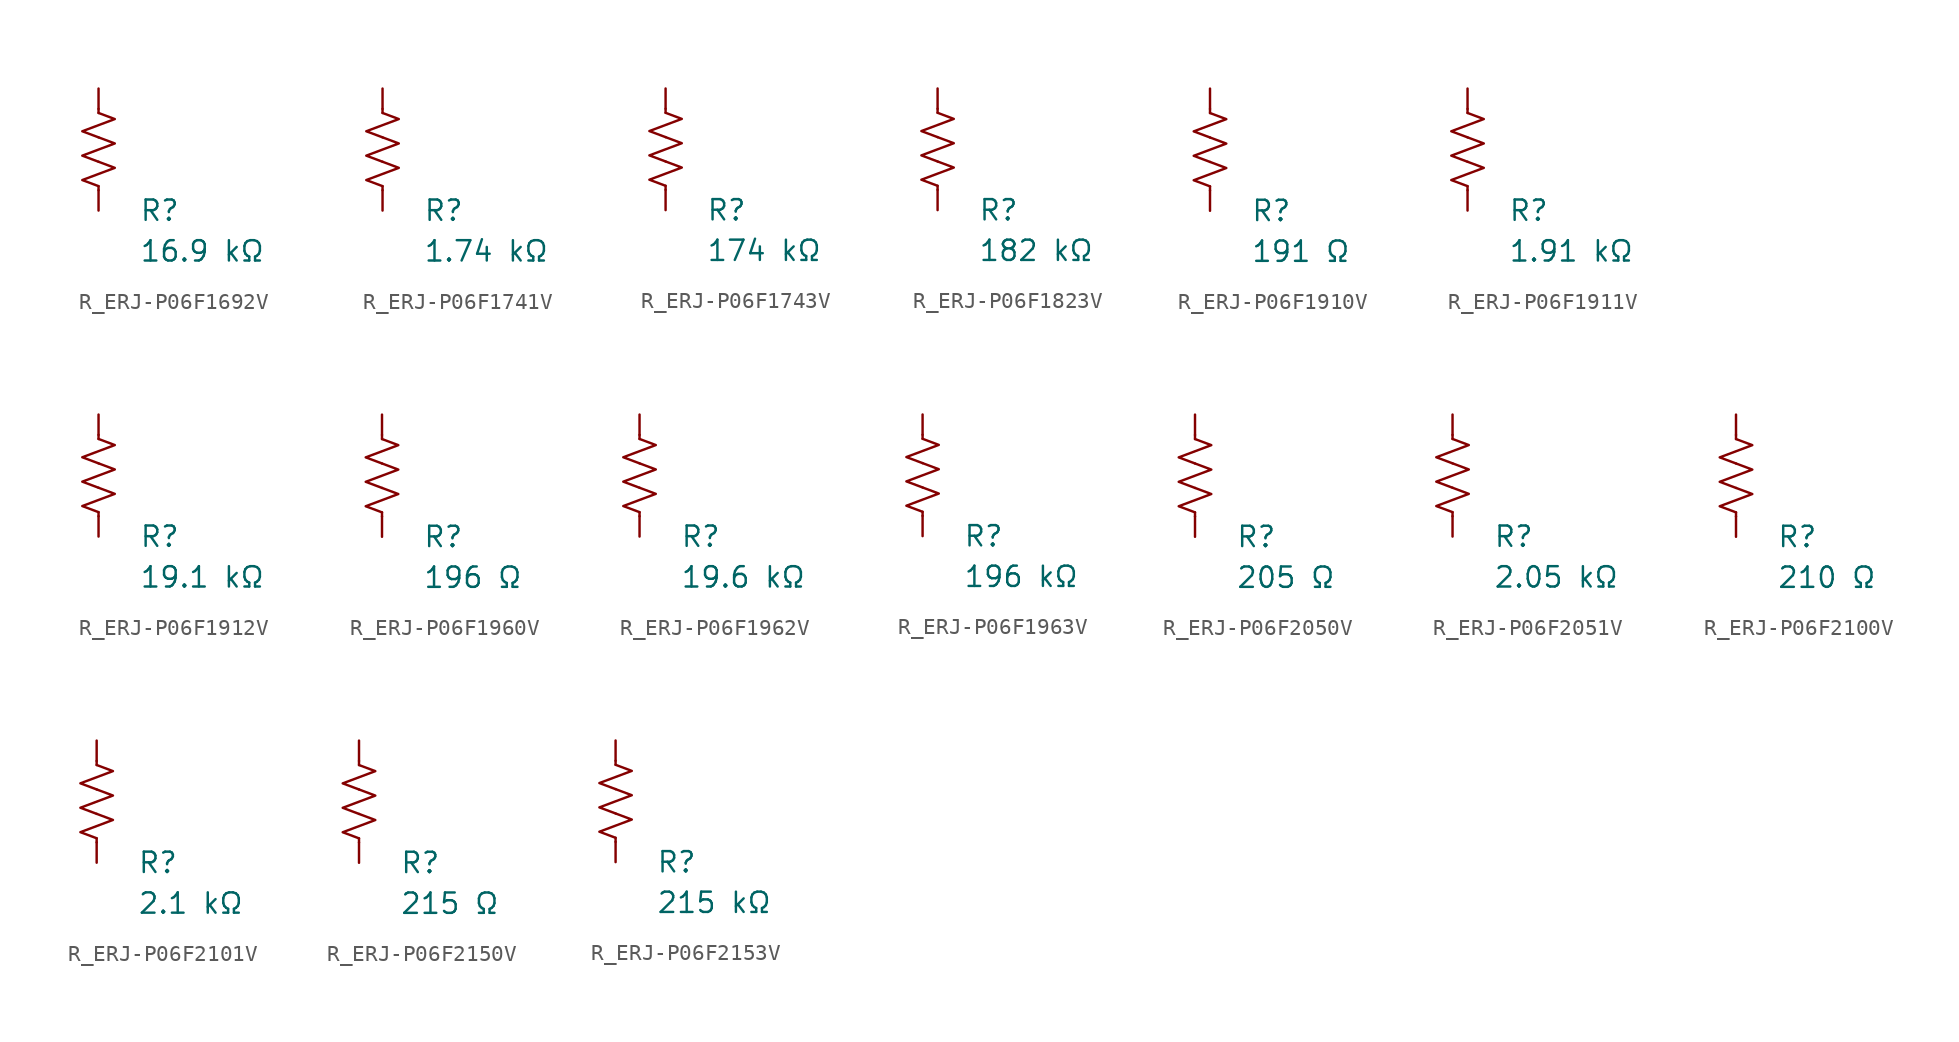
<source format=kicad_sym>
(kicad_symbol_lib
  (version 20231120)
  (generator "kicad_symbol_editor")
  (generator_version "8.0")
  (symbol "R_ERJ-P06F1692V"
    (pin_numbers hide)
    (pin_names
      (offset 0))
    (property "Reference" "R"
      (at 2.54 -3.81 0)
      (effects (font (size 1.27 1.27)) (justify left))
      (show_name no))
    (property "Value" "16.9 kΩ"
      (at 2.54 -6.35 0)
      (effects (font (size 1.27 1.27)) (justify left))
      (show_name no))
    (symbol "R_ERJ-P06F1692V_0_1"
      (polyline (pts (xy 0 -2.286) (xy 0 -2.54)) (stroke (width 0) (type default)) (fill (type none)))
      (polyline (pts (xy 0 2.286) (xy 0 2.54)) (stroke (width 0) (type default)) (fill (type none)))
      (polyline (pts (xy 0 -0.762) (xy 1.016 -1.143) (xy 0 -1.524) (xy -1.016 -1.905) (xy 0 -2.286)) (stroke (width 0) (type default)) (fill (type none)))
      (polyline (pts (xy 0 0.762) (xy 1.016 0.381) (xy 0 0) (xy -1.016 -0.381) (xy 0 -0.762)) (stroke (width 0) (type default)) (fill (type none)))
      (polyline (pts (xy 0 2.286) (xy 1.016 1.905) (xy 0 1.524) (xy -1.016 1.143) (xy 0 0.762)) (stroke (width 0) (type default)) (fill (type none))))
    (symbol "R_ERJ-P06F1692V_1_1"
      (pin passive line (at 0 3.81 270) (length 1.27) (name "~" (effects (font (size 1.27 1.27)))) (number "1" (effects (font (size 1.27 1.27)))))
      (pin passive line (at 0 -3.81 90) (length 1.27) (name "~" (effects (font (size 1.27 1.27)))) (number "2" (effects (font (size 1.27 1.27)))))))
  (symbol "R_ERJ-P06F1741V"
    (pin_numbers hide)
    (pin_names
      (offset 0))
    (property "Reference" "R"
      (at 2.54 -3.81 0)
      (effects (font (size 1.27 1.27)) (justify left))
      (show_name no))
    (property "Value" "1.74 kΩ"
      (at 2.54 -6.35 0)
      (effects (font (size 1.27 1.27)) (justify left))
      (show_name no))
    (symbol "R_ERJ-P06F1741V_0_1"
      (polyline (pts (xy 0 -2.286) (xy 0 -2.54)) (stroke (width 0) (type default)) (fill (type none)))
      (polyline (pts (xy 0 2.286) (xy 0 2.54)) (stroke (width 0) (type default)) (fill (type none)))
      (polyline (pts (xy 0 -0.762) (xy 1.016 -1.143) (xy 0 -1.524) (xy -1.016 -1.905) (xy 0 -2.286)) (stroke (width 0) (type default)) (fill (type none)))
      (polyline (pts (xy 0 0.762) (xy 1.016 0.381) (xy 0 0) (xy -1.016 -0.381) (xy 0 -0.762)) (stroke (width 0) (type default)) (fill (type none)))
      (polyline (pts (xy 0 2.286) (xy 1.016 1.905) (xy 0 1.524) (xy -1.016 1.143) (xy 0 0.762)) (stroke (width 0) (type default)) (fill (type none))))
    (symbol "R_ERJ-P06F1741V_1_1"
      (pin passive line (at 0 3.81 270) (length 1.27) (name "~" (effects (font (size 1.27 1.27)))) (number "1" (effects (font (size 1.27 1.27)))))
      (pin passive line (at 0 -3.81 90) (length 1.27) (name "~" (effects (font (size 1.27 1.27)))) (number "2" (effects (font (size 1.27 1.27)))))))
  (symbol "R_ERJ-P06F1743V"
    (pin_numbers hide)
    (pin_names
      (offset 0))
    (property "Reference" "R"
      (at 2.54 -3.81 0)
      (effects (font (size 1.27 1.27)) (justify left))
      (show_name no))
    (property "Value" "174 kΩ"
      (at 2.54 -6.35 0)
      (effects (font (size 1.27 1.27)) (justify left))
      (show_name no))
    (symbol "R_ERJ-P06F1743V_0_1"
      (polyline (pts (xy 0 -2.286) (xy 0 -2.54)) (stroke (width 0) (type default)) (fill (type none)))
      (polyline (pts (xy 0 2.286) (xy 0 2.54)) (stroke (width 0) (type default)) (fill (type none)))
      (polyline (pts (xy 0 -0.762) (xy 1.016 -1.143) (xy 0 -1.524) (xy -1.016 -1.905) (xy 0 -2.286)) (stroke (width 0) (type default)) (fill (type none)))
      (polyline (pts (xy 0 0.762) (xy 1.016 0.381) (xy 0 0) (xy -1.016 -0.381) (xy 0 -0.762)) (stroke (width 0) (type default)) (fill (type none)))
      (polyline (pts (xy 0 2.286) (xy 1.016 1.905) (xy 0 1.524) (xy -1.016 1.143) (xy 0 0.762)) (stroke (width 0) (type default)) (fill (type none))))
    (symbol "R_ERJ-P06F1743V_1_1"
      (pin passive line (at 0 3.81 270) (length 1.27) (name "~" (effects (font (size 1.27 1.27)))) (number "1" (effects (font (size 1.27 1.27)))))
      (pin passive line (at 0 -3.81 90) (length 1.27) (name "~" (effects (font (size 1.27 1.27)))) (number "2" (effects (font (size 1.27 1.27)))))))
  (symbol "R_ERJ-P06F1823V"
    (pin_numbers hide)
    (pin_names
      (offset 0))
    (property "Reference" "R"
      (at 2.54 -3.81 0)
      (effects (font (size 1.27 1.27)) (justify left))
      (show_name no))
    (property "Value" "182 kΩ"
      (at 2.54 -6.35 0)
      (effects (font (size 1.27 1.27)) (justify left))
      (show_name no))
    (symbol "R_ERJ-P06F1823V_0_1"
      (polyline (pts (xy 0 -2.286) (xy 0 -2.54)) (stroke (width 0) (type default)) (fill (type none)))
      (polyline (pts (xy 0 2.286) (xy 0 2.54)) (stroke (width 0) (type default)) (fill (type none)))
      (polyline (pts (xy 0 -0.762) (xy 1.016 -1.143) (xy 0 -1.524) (xy -1.016 -1.905) (xy 0 -2.286)) (stroke (width 0) (type default)) (fill (type none)))
      (polyline (pts (xy 0 0.762) (xy 1.016 0.381) (xy 0 0) (xy -1.016 -0.381) (xy 0 -0.762)) (stroke (width 0) (type default)) (fill (type none)))
      (polyline (pts (xy 0 2.286) (xy 1.016 1.905) (xy 0 1.524) (xy -1.016 1.143) (xy 0 0.762)) (stroke (width 0) (type default)) (fill (type none))))
    (symbol "R_ERJ-P06F1823V_1_1"
      (pin passive line (at 0 3.81 270) (length 1.27) (name "~" (effects (font (size 1.27 1.27)))) (number "1" (effects (font (size 1.27 1.27)))))
      (pin passive line (at 0 -3.81 90) (length 1.27) (name "~" (effects (font (size 1.27 1.27)))) (number "2" (effects (font (size 1.27 1.27)))))))
  (symbol "R_ERJ-P06F1910V"
    (pin_numbers hide)
    (pin_names
      (offset 0))
    (property "Reference" "R"
      (at 2.54 -3.81 0)
      (effects (font (size 1.27 1.27)) (justify left))
      (show_name no))
    (property "Value" "191 Ω"
      (at 2.54 -6.35 0)
      (effects (font (size 1.27 1.27)) (justify left))
      (show_name no))
    (symbol "R_ERJ-P06F1910V_0_1"
      (polyline (pts (xy 0 -2.286) (xy 0 -2.54)) (stroke (width 0) (type default)) (fill (type none)))
      (polyline (pts (xy 0 2.286) (xy 0 2.54)) (stroke (width 0) (type default)) (fill (type none)))
      (polyline (pts (xy 0 -0.762) (xy 1.016 -1.143) (xy 0 -1.524) (xy -1.016 -1.905) (xy 0 -2.286)) (stroke (width 0) (type default)) (fill (type none)))
      (polyline (pts (xy 0 0.762) (xy 1.016 0.381) (xy 0 0) (xy -1.016 -0.381) (xy 0 -0.762)) (stroke (width 0) (type default)) (fill (type none)))
      (polyline (pts (xy 0 2.286) (xy 1.016 1.905) (xy 0 1.524) (xy -1.016 1.143) (xy 0 0.762)) (stroke (width 0) (type default)) (fill (type none))))
    (symbol "R_ERJ-P06F1910V_1_1"
      (pin passive line (at 0 3.81 270) (length 1.27) (name "~" (effects (font (size 1.27 1.27)))) (number "1" (effects (font (size 1.27 1.27)))))
      (pin passive line (at 0 -3.81 90) (length 1.27) (name "~" (effects (font (size 1.27 1.27)))) (number "2" (effects (font (size 1.27 1.27)))))))
  (symbol "R_ERJ-P06F1911V"
    (pin_numbers hide)
    (pin_names
      (offset 0))
    (property "Reference" "R"
      (at 2.54 -3.81 0)
      (effects (font (size 1.27 1.27)) (justify left))
      (show_name no))
    (property "Value" "1.91 kΩ"
      (at 2.54 -6.35 0)
      (effects (font (size 1.27 1.27)) (justify left))
      (show_name no))
    (symbol "R_ERJ-P06F1911V_0_1"
      (polyline (pts (xy 0 -2.286) (xy 0 -2.54)) (stroke (width 0) (type default)) (fill (type none)))
      (polyline (pts (xy 0 2.286) (xy 0 2.54)) (stroke (width 0) (type default)) (fill (type none)))
      (polyline (pts (xy 0 -0.762) (xy 1.016 -1.143) (xy 0 -1.524) (xy -1.016 -1.905) (xy 0 -2.286)) (stroke (width 0) (type default)) (fill (type none)))
      (polyline (pts (xy 0 0.762) (xy 1.016 0.381) (xy 0 0) (xy -1.016 -0.381) (xy 0 -0.762)) (stroke (width 0) (type default)) (fill (type none)))
      (polyline (pts (xy 0 2.286) (xy 1.016 1.905) (xy 0 1.524) (xy -1.016 1.143) (xy 0 0.762)) (stroke (width 0) (type default)) (fill (type none))))
    (symbol "R_ERJ-P06F1911V_1_1"
      (pin passive line (at 0 3.81 270) (length 1.27) (name "~" (effects (font (size 1.27 1.27)))) (number "1" (effects (font (size 1.27 1.27)))))
      (pin passive line (at 0 -3.81 90) (length 1.27) (name "~" (effects (font (size 1.27 1.27)))) (number "2" (effects (font (size 1.27 1.27)))))))
  (symbol "R_ERJ-P06F1912V"
    (pin_numbers hide)
    (pin_names
      (offset 0))
    (property "Reference" "R"
      (at 2.54 -3.81 0)
      (effects (font (size 1.27 1.27)) (justify left))
      (show_name no))
    (property "Value" "19.1 kΩ"
      (at 2.54 -6.35 0)
      (effects (font (size 1.27 1.27)) (justify left))
      (show_name no))
    (symbol "R_ERJ-P06F1912V_0_1"
      (polyline (pts (xy 0 -2.286) (xy 0 -2.54)) (stroke (width 0) (type default)) (fill (type none)))
      (polyline (pts (xy 0 2.286) (xy 0 2.54)) (stroke (width 0) (type default)) (fill (type none)))
      (polyline (pts (xy 0 -0.762) (xy 1.016 -1.143) (xy 0 -1.524) (xy -1.016 -1.905) (xy 0 -2.286)) (stroke (width 0) (type default)) (fill (type none)))
      (polyline (pts (xy 0 0.762) (xy 1.016 0.381) (xy 0 0) (xy -1.016 -0.381) (xy 0 -0.762)) (stroke (width 0) (type default)) (fill (type none)))
      (polyline (pts (xy 0 2.286) (xy 1.016 1.905) (xy 0 1.524) (xy -1.016 1.143) (xy 0 0.762)) (stroke (width 0) (type default)) (fill (type none))))
    (symbol "R_ERJ-P06F1912V_1_1"
      (pin passive line (at 0 3.81 270) (length 1.27) (name "~" (effects (font (size 1.27 1.27)))) (number "1" (effects (font (size 1.27 1.27)))))
      (pin passive line (at 0 -3.81 90) (length 1.27) (name "~" (effects (font (size 1.27 1.27)))) (number "2" (effects (font (size 1.27 1.27)))))))
  (symbol "R_ERJ-P06F1960V"
    (pin_numbers hide)
    (pin_names
      (offset 0))
    (property "Reference" "R"
      (at 2.54 -3.81 0)
      (effects (font (size 1.27 1.27)) (justify left))
      (show_name no))
    (property "Value" "196 Ω"
      (at 2.54 -6.35 0)
      (effects (font (size 1.27 1.27)) (justify left))
      (show_name no))
    (symbol "R_ERJ-P06F1960V_0_1"
      (polyline (pts (xy 0 -2.286) (xy 0 -2.54)) (stroke (width 0) (type default)) (fill (type none)))
      (polyline (pts (xy 0 2.286) (xy 0 2.54)) (stroke (width 0) (type default)) (fill (type none)))
      (polyline (pts (xy 0 -0.762) (xy 1.016 -1.143) (xy 0 -1.524) (xy -1.016 -1.905) (xy 0 -2.286)) (stroke (width 0) (type default)) (fill (type none)))
      (polyline (pts (xy 0 0.762) (xy 1.016 0.381) (xy 0 0) (xy -1.016 -0.381) (xy 0 -0.762)) (stroke (width 0) (type default)) (fill (type none)))
      (polyline (pts (xy 0 2.286) (xy 1.016 1.905) (xy 0 1.524) (xy -1.016 1.143) (xy 0 0.762)) (stroke (width 0) (type default)) (fill (type none))))
    (symbol "R_ERJ-P06F1960V_1_1"
      (pin passive line (at 0 3.81 270) (length 1.27) (name "~" (effects (font (size 1.27 1.27)))) (number "1" (effects (font (size 1.27 1.27)))))
      (pin passive line (at 0 -3.81 90) (length 1.27) (name "~" (effects (font (size 1.27 1.27)))) (number "2" (effects (font (size 1.27 1.27)))))))
  (symbol "R_ERJ-P06F1962V"
    (pin_numbers hide)
    (pin_names
      (offset 0))
    (property "Reference" "R"
      (at 2.54 -3.81 0)
      (effects (font (size 1.27 1.27)) (justify left))
      (show_name no))
    (property "Value" "19.6 kΩ"
      (at 2.54 -6.35 0)
      (effects (font (size 1.27 1.27)) (justify left))
      (show_name no))
    (symbol "R_ERJ-P06F1962V_0_1"
      (polyline (pts (xy 0 -2.286) (xy 0 -2.54)) (stroke (width 0) (type default)) (fill (type none)))
      (polyline (pts (xy 0 2.286) (xy 0 2.54)) (stroke (width 0) (type default)) (fill (type none)))
      (polyline (pts (xy 0 -0.762) (xy 1.016 -1.143) (xy 0 -1.524) (xy -1.016 -1.905) (xy 0 -2.286)) (stroke (width 0) (type default)) (fill (type none)))
      (polyline (pts (xy 0 0.762) (xy 1.016 0.381) (xy 0 0) (xy -1.016 -0.381) (xy 0 -0.762)) (stroke (width 0) (type default)) (fill (type none)))
      (polyline (pts (xy 0 2.286) (xy 1.016 1.905) (xy 0 1.524) (xy -1.016 1.143) (xy 0 0.762)) (stroke (width 0) (type default)) (fill (type none))))
    (symbol "R_ERJ-P06F1962V_1_1"
      (pin passive line (at 0 3.81 270) (length 1.27) (name "~" (effects (font (size 1.27 1.27)))) (number "1" (effects (font (size 1.27 1.27)))))
      (pin passive line (at 0 -3.81 90) (length 1.27) (name "~" (effects (font (size 1.27 1.27)))) (number "2" (effects (font (size 1.27 1.27)))))))
  (symbol "R_ERJ-P06F1963V"
    (pin_numbers hide)
    (pin_names
      (offset 0))
    (property "Reference" "R"
      (at 2.54 -3.81 0)
      (effects (font (size 1.27 1.27)) (justify left))
      (show_name no))
    (property "Value" "196 kΩ"
      (at 2.54 -6.35 0)
      (effects (font (size 1.27 1.27)) (justify left))
      (show_name no))
    (symbol "R_ERJ-P06F1963V_0_1"
      (polyline (pts (xy 0 -2.286) (xy 0 -2.54)) (stroke (width 0) (type default)) (fill (type none)))
      (polyline (pts (xy 0 2.286) (xy 0 2.54)) (stroke (width 0) (type default)) (fill (type none)))
      (polyline (pts (xy 0 -0.762) (xy 1.016 -1.143) (xy 0 -1.524) (xy -1.016 -1.905) (xy 0 -2.286)) (stroke (width 0) (type default)) (fill (type none)))
      (polyline (pts (xy 0 0.762) (xy 1.016 0.381) (xy 0 0) (xy -1.016 -0.381) (xy 0 -0.762)) (stroke (width 0) (type default)) (fill (type none)))
      (polyline (pts (xy 0 2.286) (xy 1.016 1.905) (xy 0 1.524) (xy -1.016 1.143) (xy 0 0.762)) (stroke (width 0) (type default)) (fill (type none))))
    (symbol "R_ERJ-P06F1963V_1_1"
      (pin passive line (at 0 3.81 270) (length 1.27) (name "~" (effects (font (size 1.27 1.27)))) (number "1" (effects (font (size 1.27 1.27)))))
      (pin passive line (at 0 -3.81 90) (length 1.27) (name "~" (effects (font (size 1.27 1.27)))) (number "2" (effects (font (size 1.27 1.27)))))))
  (symbol "R_ERJ-P06F2050V"
    (pin_numbers hide)
    (pin_names
      (offset 0))
    (property "Reference" "R"
      (at 2.54 -3.81 0)
      (effects (font (size 1.27 1.27)) (justify left))
      (show_name no))
    (property "Value" "205 Ω"
      (at 2.54 -6.35 0)
      (effects (font (size 1.27 1.27)) (justify left))
      (show_name no))
    (symbol "R_ERJ-P06F2050V_0_1"
      (polyline (pts (xy 0 -2.286) (xy 0 -2.54)) (stroke (width 0) (type default)) (fill (type none)))
      (polyline (pts (xy 0 2.286) (xy 0 2.54)) (stroke (width 0) (type default)) (fill (type none)))
      (polyline (pts (xy 0 -0.762) (xy 1.016 -1.143) (xy 0 -1.524) (xy -1.016 -1.905) (xy 0 -2.286)) (stroke (width 0) (type default)) (fill (type none)))
      (polyline (pts (xy 0 0.762) (xy 1.016 0.381) (xy 0 0) (xy -1.016 -0.381) (xy 0 -0.762)) (stroke (width 0) (type default)) (fill (type none)))
      (polyline (pts (xy 0 2.286) (xy 1.016 1.905) (xy 0 1.524) (xy -1.016 1.143) (xy 0 0.762)) (stroke (width 0) (type default)) (fill (type none))))
    (symbol "R_ERJ-P06F2050V_1_1"
      (pin passive line (at 0 3.81 270) (length 1.27) (name "~" (effects (font (size 1.27 1.27)))) (number "1" (effects (font (size 1.27 1.27)))))
      (pin passive line (at 0 -3.81 90) (length 1.27) (name "~" (effects (font (size 1.27 1.27)))) (number "2" (effects (font (size 1.27 1.27)))))))
  (symbol "R_ERJ-P06F2051V"
    (pin_numbers hide)
    (pin_names
      (offset 0))
    (property "Reference" "R"
      (at 2.54 -3.81 0)
      (effects (font (size 1.27 1.27)) (justify left))
      (show_name no))
    (property "Value" "2.05 kΩ"
      (at 2.54 -6.35 0)
      (effects (font (size 1.27 1.27)) (justify left))
      (show_name no))
    (symbol "R_ERJ-P06F2051V_0_1"
      (polyline (pts (xy 0 -2.286) (xy 0 -2.54)) (stroke (width 0) (type default)) (fill (type none)))
      (polyline (pts (xy 0 2.286) (xy 0 2.54)) (stroke (width 0) (type default)) (fill (type none)))
      (polyline (pts (xy 0 -0.762) (xy 1.016 -1.143) (xy 0 -1.524) (xy -1.016 -1.905) (xy 0 -2.286)) (stroke (width 0) (type default)) (fill (type none)))
      (polyline (pts (xy 0 0.762) (xy 1.016 0.381) (xy 0 0) (xy -1.016 -0.381) (xy 0 -0.762)) (stroke (width 0) (type default)) (fill (type none)))
      (polyline (pts (xy 0 2.286) (xy 1.016 1.905) (xy 0 1.524) (xy -1.016 1.143) (xy 0 0.762)) (stroke (width 0) (type default)) (fill (type none))))
    (symbol "R_ERJ-P06F2051V_1_1"
      (pin passive line (at 0 3.81 270) (length 1.27) (name "~" (effects (font (size 1.27 1.27)))) (number "1" (effects (font (size 1.27 1.27)))))
      (pin passive line (at 0 -3.81 90) (length 1.27) (name "~" (effects (font (size 1.27 1.27)))) (number "2" (effects (font (size 1.27 1.27)))))))
  (symbol "R_ERJ-P06F2100V"
    (pin_numbers hide)
    (pin_names
      (offset 0))
    (property "Reference" "R"
      (at 2.54 -3.81 0)
      (effects (font (size 1.27 1.27)) (justify left))
      (show_name no))
    (property "Value" "210 Ω"
      (at 2.54 -6.35 0)
      (effects (font (size 1.27 1.27)) (justify left))
      (show_name no))
    (symbol "R_ERJ-P06F2100V_0_1"
      (polyline (pts (xy 0 -2.286) (xy 0 -2.54)) (stroke (width 0) (type default)) (fill (type none)))
      (polyline (pts (xy 0 2.286) (xy 0 2.54)) (stroke (width 0) (type default)) (fill (type none)))
      (polyline (pts (xy 0 -0.762) (xy 1.016 -1.143) (xy 0 -1.524) (xy -1.016 -1.905) (xy 0 -2.286)) (stroke (width 0) (type default)) (fill (type none)))
      (polyline (pts (xy 0 0.762) (xy 1.016 0.381) (xy 0 0) (xy -1.016 -0.381) (xy 0 -0.762)) (stroke (width 0) (type default)) (fill (type none)))
      (polyline (pts (xy 0 2.286) (xy 1.016 1.905) (xy 0 1.524) (xy -1.016 1.143) (xy 0 0.762)) (stroke (width 0) (type default)) (fill (type none))))
    (symbol "R_ERJ-P06F2100V_1_1"
      (pin passive line (at 0 3.81 270) (length 1.27) (name "~" (effects (font (size 1.27 1.27)))) (number "1" (effects (font (size 1.27 1.27)))))
      (pin passive line (at 0 -3.81 90) (length 1.27) (name "~" (effects (font (size 1.27 1.27)))) (number "2" (effects (font (size 1.27 1.27)))))))
  (symbol "R_ERJ-P06F2101V"
    (pin_numbers hide)
    (pin_names
      (offset 0))
    (property "Reference" "R"
      (at 2.54 -3.81 0)
      (effects (font (size 1.27 1.27)) (justify left))
      (show_name no))
    (property "Value" "2.1 kΩ"
      (at 2.54 -6.35 0)
      (effects (font (size 1.27 1.27)) (justify left))
      (show_name no))
    (symbol "R_ERJ-P06F2101V_0_1"
      (polyline (pts (xy 0 -2.286) (xy 0 -2.54)) (stroke (width 0) (type default)) (fill (type none)))
      (polyline (pts (xy 0 2.286) (xy 0 2.54)) (stroke (width 0) (type default)) (fill (type none)))
      (polyline (pts (xy 0 -0.762) (xy 1.016 -1.143) (xy 0 -1.524) (xy -1.016 -1.905) (xy 0 -2.286)) (stroke (width 0) (type default)) (fill (type none)))
      (polyline (pts (xy 0 0.762) (xy 1.016 0.381) (xy 0 0) (xy -1.016 -0.381) (xy 0 -0.762)) (stroke (width 0) (type default)) (fill (type none)))
      (polyline (pts (xy 0 2.286) (xy 1.016 1.905) (xy 0 1.524) (xy -1.016 1.143) (xy 0 0.762)) (stroke (width 0) (type default)) (fill (type none))))
    (symbol "R_ERJ-P06F2101V_1_1"
      (pin passive line (at 0 3.81 270) (length 1.27) (name "~" (effects (font (size 1.27 1.27)))) (number "1" (effects (font (size 1.27 1.27)))))
      (pin passive line (at 0 -3.81 90) (length 1.27) (name "~" (effects (font (size 1.27 1.27)))) (number "2" (effects (font (size 1.27 1.27)))))))
  (symbol "R_ERJ-P06F2150V"
    (pin_numbers hide)
    (pin_names
      (offset 0))
    (property "Reference" "R"
      (at 2.54 -3.81 0)
      (effects (font (size 1.27 1.27)) (justify left))
      (show_name no))
    (property "Value" "215 Ω"
      (at 2.54 -6.35 0)
      (effects (font (size 1.27 1.27)) (justify left))
      (show_name no))
    (symbol "R_ERJ-P06F2150V_0_1"
      (polyline (pts (xy 0 -2.286) (xy 0 -2.54)) (stroke (width 0) (type default)) (fill (type none)))
      (polyline (pts (xy 0 2.286) (xy 0 2.54)) (stroke (width 0) (type default)) (fill (type none)))
      (polyline (pts (xy 0 -0.762) (xy 1.016 -1.143) (xy 0 -1.524) (xy -1.016 -1.905) (xy 0 -2.286)) (stroke (width 0) (type default)) (fill (type none)))
      (polyline (pts (xy 0 0.762) (xy 1.016 0.381) (xy 0 0) (xy -1.016 -0.381) (xy 0 -0.762)) (stroke (width 0) (type default)) (fill (type none)))
      (polyline (pts (xy 0 2.286) (xy 1.016 1.905) (xy 0 1.524) (xy -1.016 1.143) (xy 0 0.762)) (stroke (width 0) (type default)) (fill (type none))))
    (symbol "R_ERJ-P06F2150V_1_1"
      (pin passive line (at 0 3.81 270) (length 1.27) (name "~" (effects (font (size 1.27 1.27)))) (number "1" (effects (font (size 1.27 1.27)))))
      (pin passive line (at 0 -3.81 90) (length 1.27) (name "~" (effects (font (size 1.27 1.27)))) (number "2" (effects (font (size 1.27 1.27)))))))
  (symbol "R_ERJ-P06F2153V"
    (pin_numbers hide)
    (pin_names
      (offset 0))
    (property "Reference" "R"
      (at 2.54 -3.81 0)
      (effects (font (size 1.27 1.27)) (justify left))
      (show_name no))
    (property "Value" "215 kΩ"
      (at 2.54 -6.35 0)
      (effects (font (size 1.27 1.27)) (justify left))
      (show_name no))
    (symbol "R_ERJ-P06F2153V_0_1"
      (polyline (pts (xy 0 -2.286) (xy 0 -2.54)) (stroke (width 0) (type default)) (fill (type none)))
      (polyline (pts (xy 0 2.286) (xy 0 2.54)) (stroke (width 0) (type default)) (fill (type none)))
      (polyline (pts (xy 0 -0.762) (xy 1.016 -1.143) (xy 0 -1.524) (xy -1.016 -1.905) (xy 0 -2.286)) (stroke (width 0) (type default)) (fill (type none)))
      (polyline (pts (xy 0 0.762) (xy 1.016 0.381) (xy 0 0) (xy -1.016 -0.381) (xy 0 -0.762)) (stroke (width 0) (type default)) (fill (type none)))
      (polyline (pts (xy 0 2.286) (xy 1.016 1.905) (xy 0 1.524) (xy -1.016 1.143) (xy 0 0.762)) (stroke (width 0) (type default)) (fill (type none))))
    (symbol "R_ERJ-P06F2153V_1_1"
      (pin passive line (at 0 3.81 270) (length 1.27) (name "~" (effects (font (size 1.27 1.27)))) (number "1" (effects (font (size 1.27 1.27)))))
      (pin passive line (at 0 -3.81 90) (length 1.27) (name "~" (effects (font (size 1.27 1.27)))) (number "2" (effects (font (size 1.27 1.27))))))))
</source>
